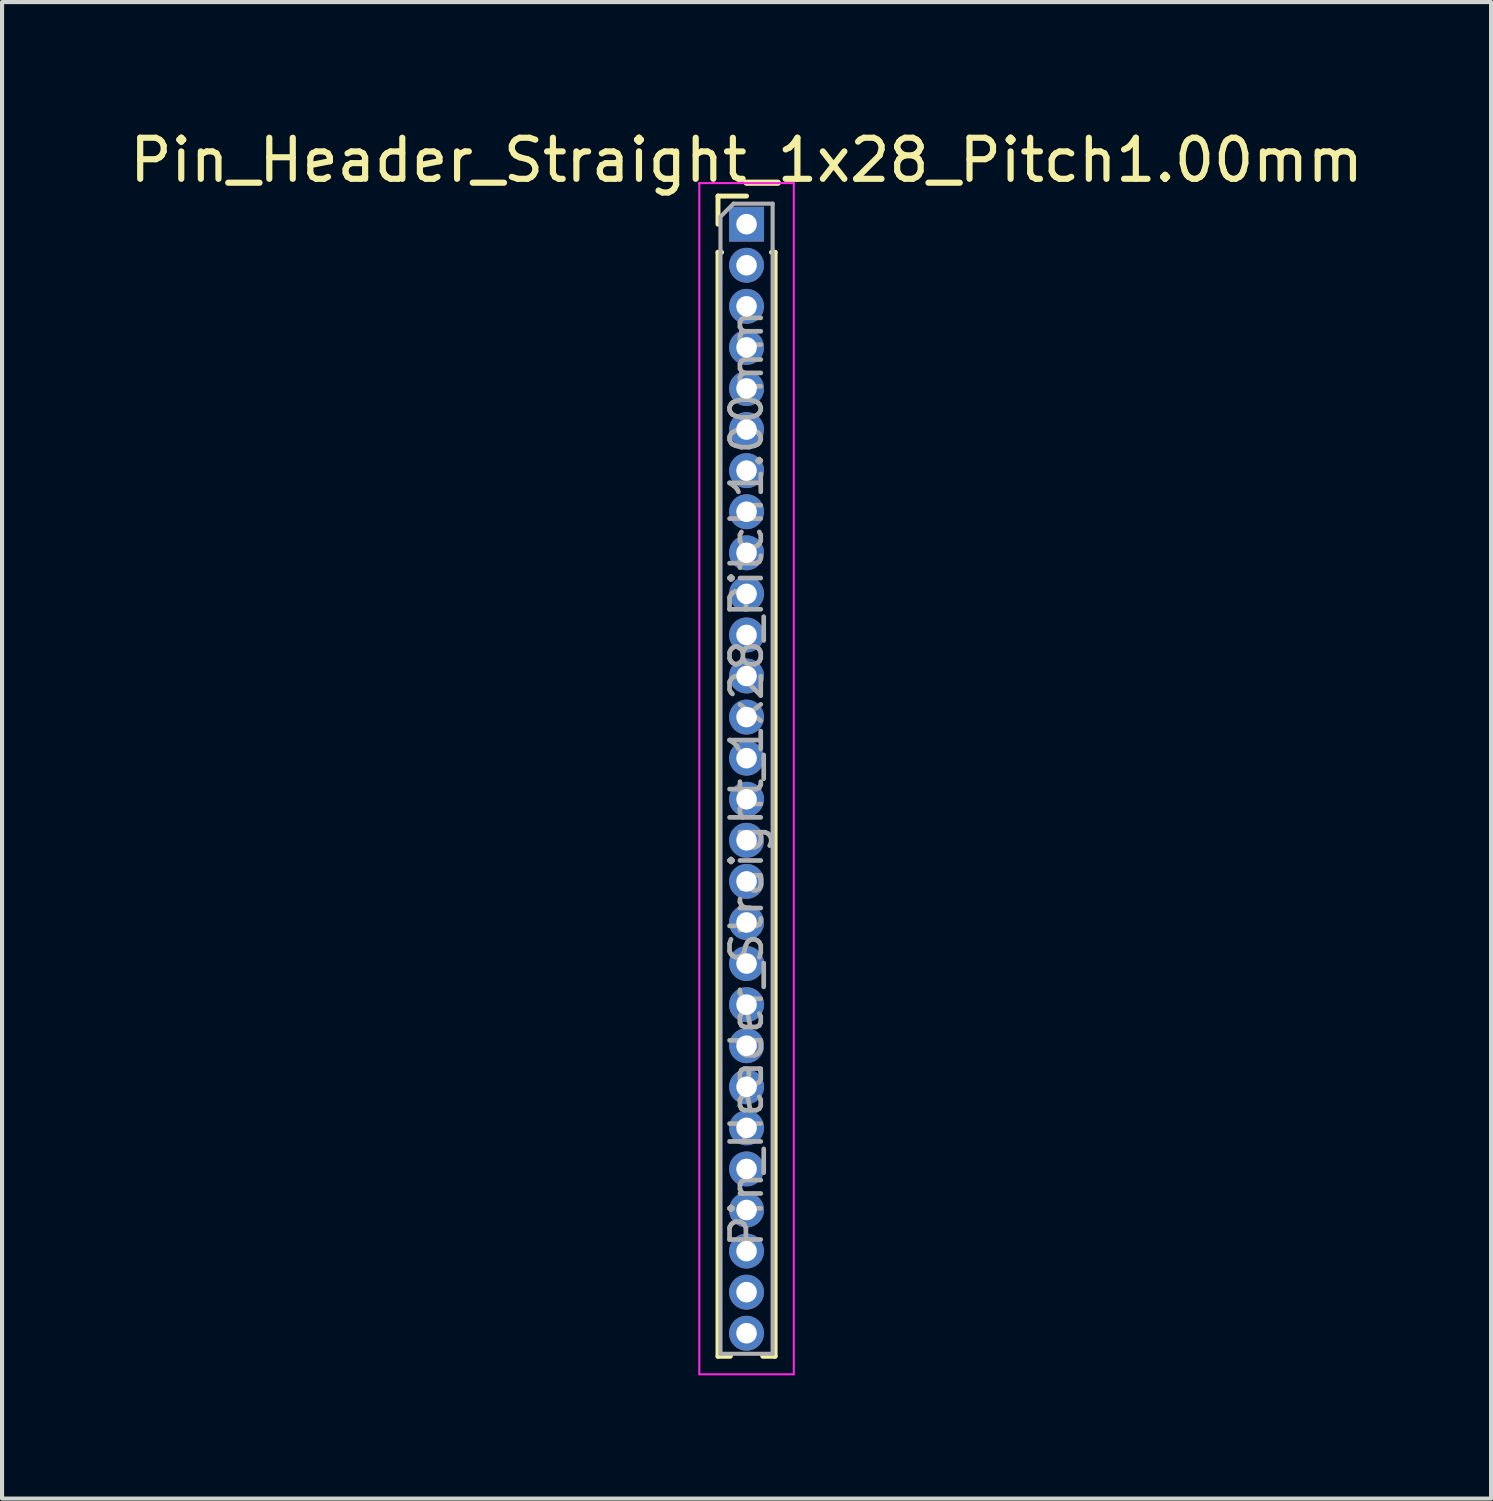
<source format=kicad_pcb>
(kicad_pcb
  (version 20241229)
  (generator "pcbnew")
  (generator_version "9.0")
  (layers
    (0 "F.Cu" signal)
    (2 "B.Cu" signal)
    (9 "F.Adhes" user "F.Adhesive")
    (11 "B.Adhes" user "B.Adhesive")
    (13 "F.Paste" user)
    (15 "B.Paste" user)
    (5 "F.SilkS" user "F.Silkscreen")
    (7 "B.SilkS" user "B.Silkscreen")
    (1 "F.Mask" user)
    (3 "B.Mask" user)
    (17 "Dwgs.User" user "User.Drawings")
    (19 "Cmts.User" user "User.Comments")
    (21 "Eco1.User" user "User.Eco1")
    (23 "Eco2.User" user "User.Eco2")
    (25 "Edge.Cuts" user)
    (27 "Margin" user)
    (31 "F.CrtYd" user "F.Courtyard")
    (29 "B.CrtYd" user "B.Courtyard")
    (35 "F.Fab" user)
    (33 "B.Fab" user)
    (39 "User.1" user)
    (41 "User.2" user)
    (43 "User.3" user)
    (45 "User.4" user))
  (footprint "Pin_Header_Straight_1x28_Pitch1.00mm"
    (layer "F.Cu")
    (at 15.125 2.408)
    (property "Reference" "Pin_Header_Straight_1x28_Pitch1.00mm" (at 0 -1.56 0) (layer "F.SilkS") (effects (font (size 1 1) (thickness 0.15))))
    (attr through_hole)
    (fp_line (start -0.695 -0.685) (end 0 -0.685) (stroke (width 0.12) (type solid)) (layer "F.SilkS"))
    (fp_line (start -0.695 0) (end -0.695 -0.685) (stroke (width 0.12) (type solid)) (layer "F.SilkS"))
    (fp_line (start -0.695 0.685) (end -0.695 27.56) (stroke (width 0.12) (type solid)) (layer "F.SilkS"))
    (fp_line (start -0.695 0.685) (end -0.608 0.685) (stroke (width 0.12) (type solid)) (layer "F.SilkS"))
    (fp_line (start -0.695 27.56) (end -0.394 27.56) (stroke (width 0.12) (type solid)) (layer "F.SilkS"))
    (fp_line (start 0.394 27.56) (end 0.695 27.56) (stroke (width 0.12) (type solid)) (layer "F.SilkS"))
    (fp_line (start 0.608 0.685) (end 0.695 0.685) (stroke (width 0.12) (type solid)) (layer "F.SilkS"))
    (fp_line (start 0.695 0.685) (end 0.695 27.56) (stroke (width 0.12) (type solid)) (layer "F.SilkS"))
    (fp_line (start -1.15 -1) (end -1.15 28) (stroke (width 0.05) (type solid)) (layer "F.CrtYd"))
    (fp_line (start -1.15 28) (end 1.15 28) (stroke (width 0.05) (type solid)) (layer "F.CrtYd"))
    (fp_line (start 1.15 -1) (end -1.15 -1) (stroke (width 0.05) (type solid)) (layer "F.CrtYd"))
    (fp_line (start 1.15 28) (end 1.15 -1) (stroke (width 0.05) (type solid)) (layer "F.CrtYd"))
    (fp_line (start -0.635 -0.182) (end -0.318 -0.5) (stroke (width 0.1) (type solid)) (layer "F.Fab"))
    (fp_line (start -0.635 27.5) (end -0.635 -0.182) (stroke (width 0.1) (type solid)) (layer "F.Fab"))
    (fp_line (start -0.318 -0.5) (end 0.635 -0.5) (stroke (width 0.1) (type solid)) (layer "F.Fab"))
    (fp_line (start 0.635 -0.5) (end 0.635 27.5) (stroke (width 0.1) (type solid)) (layer "F.Fab"))
    (fp_line (start 0.635 27.5) (end -0.635 27.5) (stroke (width 0.1) (type solid)) (layer "F.Fab"))
    (fp_text user "${REFERENCE}" (at 0 13.5 90) (layer "F.Fab") (effects (font (size 0.76 0.76) (thickness 0.114))))
    (pad "1" thru_hole rect (at 0 0) (size 0.85 0.85) (drill 0.5) (layers "*.Cu" "*.Mask"))
    (pad "2" thru_hole oval (at 0 1) (size 0.85 0.85) (drill 0.5) (layers "*.Cu" "*.Mask"))
    (pad "3" thru_hole oval (at 0 2) (size 0.85 0.85) (drill 0.5) (layers "*.Cu" "*.Mask"))
    (pad "4" thru_hole oval (at 0 3) (size 0.85 0.85) (drill 0.5) (layers "*.Cu" "*.Mask"))
    (pad "5" thru_hole oval (at 0 4) (size 0.85 0.85) (drill 0.5) (layers "*.Cu" "*.Mask"))
    (pad "6" thru_hole oval (at 0 5) (size 0.85 0.85) (drill 0.5) (layers "*.Cu" "*.Mask"))
    (pad "7" thru_hole oval (at 0 6) (size 0.85 0.85) (drill 0.5) (layers "*.Cu" "*.Mask"))
    (pad "8" thru_hole oval (at 0 7) (size 0.85 0.85) (drill 0.5) (layers "*.Cu" "*.Mask"))
    (pad "9" thru_hole oval (at 0 8) (size 0.85 0.85) (drill 0.5) (layers "*.Cu" "*.Mask"))
    (pad "10" thru_hole oval (at 0 9) (size 0.85 0.85) (drill 0.5) (layers "*.Cu" "*.Mask"))
    (pad "11" thru_hole oval (at 0 10) (size 0.85 0.85) (drill 0.5) (layers "*.Cu" "*.Mask"))
    (pad "12" thru_hole oval (at 0 11) (size 0.85 0.85) (drill 0.5) (layers "*.Cu" "*.Mask"))
    (pad "13" thru_hole oval (at 0 12) (size 0.85 0.85) (drill 0.5) (layers "*.Cu" "*.Mask"))
    (pad "14" thru_hole oval (at 0 13) (size 0.85 0.85) (drill 0.5) (layers "*.Cu" "*.Mask"))
    (pad "15" thru_hole oval (at 0 14) (size 0.85 0.85) (drill 0.5) (layers "*.Cu" "*.Mask"))
    (pad "16" thru_hole oval (at 0 15) (size 0.85 0.85) (drill 0.5) (layers "*.Cu" "*.Mask"))
    (pad "17" thru_hole oval (at 0 16) (size 0.85 0.85) (drill 0.5) (layers "*.Cu" "*.Mask"))
    (pad "18" thru_hole oval (at 0 17) (size 0.85 0.85) (drill 0.5) (layers "*.Cu" "*.Mask"))
    (pad "19" thru_hole oval (at 0 18) (size 0.85 0.85) (drill 0.5) (layers "*.Cu" "*.Mask"))
    (pad "20" thru_hole oval (at 0 19) (size 0.85 0.85) (drill 0.5) (layers "*.Cu" "*.Mask"))
    (pad "21" thru_hole oval (at 0 20) (size 0.85 0.85) (drill 0.5) (layers "*.Cu" "*.Mask"))
    (pad "22" thru_hole oval (at 0 21) (size 0.85 0.85) (drill 0.5) (layers "*.Cu" "*.Mask"))
    (pad "23" thru_hole oval (at 0 22) (size 0.85 0.85) (drill 0.5) (layers "*.Cu" "*.Mask"))
    (pad "24" thru_hole oval (at 0 23) (size 0.85 0.85) (drill 0.5) (layers "*.Cu" "*.Mask"))
    (pad "25" thru_hole oval (at 0 24) (size 0.85 0.85) (drill 0.5) (layers "*.Cu" "*.Mask"))
    (pad "26" thru_hole oval (at 0 25) (size 0.85 0.85) (drill 0.5) (layers "*.Cu" "*.Mask"))
    (pad "27" thru_hole oval (at 0 26) (size 0.85 0.85) (drill 0.5) (layers "*.Cu" "*.Mask"))
    (pad "28" thru_hole oval (at 0 27) (size 0.85 0.85) (drill 0.5) (layers "*.Cu" "*.Mask")))
  (gr_rect
    (start -3 -3)
    (end 33.25 33.433)
    (stroke (width 0.1) (type default))
    (fill no)
    (layer "Edge.Cuts")))
</source>
